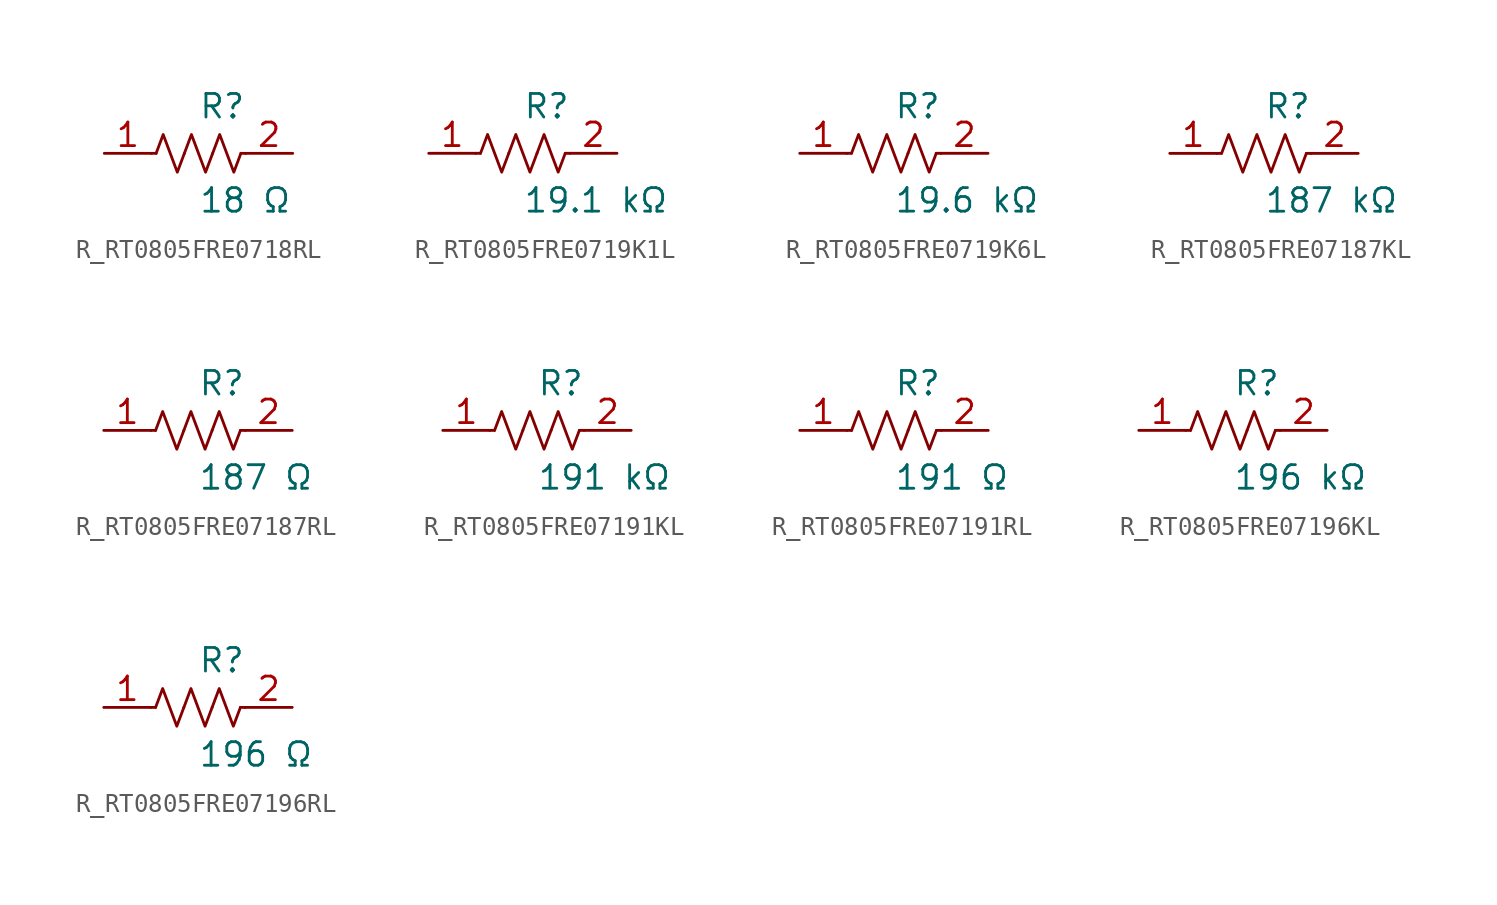
<source format=kicad_sym>
(kicad_symbol_lib
  (version 20231120)
  (generator kicad_symbol_editor)
  (generator_version 8.0)
  (symbol "R_RT0805FRE0718RL"
    (pin_names
      (offset 0.254))
    (property "Reference" "R"
      (at 0 2.54 0)
      (effects (font (size 1.27 1.27)) (justify left)))
    (property "Value" "18 Ω"
      (at 0 -2.54 0)
      (effects (font (size 1.27 1.27)) (justify left)))
    (symbol "R_RT0805FRE0718RL_0_1"
      (polyline (pts (xy 2.286 0) (xy 2.54 0)) (stroke (width 0) (type default)) (fill (type none)))
      (polyline (pts (xy -2.286 0) (xy -2.54 0)) (stroke (width 0) (type default)) (fill (type none)))
      (polyline (pts (xy 0.762 0) (xy 1.143 1.016) (xy 1.524 0) (xy 1.905 -1.016) (xy 2.286 0)) (stroke (width 0) (type default)) (fill (type none)))
      (polyline (pts (xy -0.762 0) (xy -0.381 1.016) (xy 0 0) (xy 0.381 -1.016) (xy 0.762 0)) (stroke (width 0) (type default)) (fill (type none)))
      (polyline (pts (xy -2.286 0) (xy -1.905 1.016) (xy -1.524 0) (xy -1.143 -1.016) (xy -0.762 0)) (stroke (width 0) (type default)) (fill (type none))))
    (pin passive line
      (at -5.08 0 0)
      (length 2.54)
      (name "" (effects (font (size 1.27 1.27))))
      (number "1" (effects (font (size 1.27 1.27)))))
    (pin passive line
      (at 5.08 0 180)
      (length 2.54)
      (name "" (effects (font (size 1.27 1.27))))
      (number "2" (effects (font (size 1.27 1.27))))))
  (symbol "R_RT0805FRE0719K1L"
    (pin_names
      (offset 0.254))
    (property "Reference" "R"
      (at 0 2.54 0)
      (effects (font (size 1.27 1.27)) (justify left)))
    (property "Value" "19.1 kΩ"
      (at 0 -2.54 0)
      (effects (font (size 1.27 1.27)) (justify left)))
    (symbol "R_RT0805FRE0719K1L_0_1"
      (polyline (pts (xy 2.286 0) (xy 2.54 0)) (stroke (width 0) (type default)) (fill (type none)))
      (polyline (pts (xy -2.286 0) (xy -2.54 0)) (stroke (width 0) (type default)) (fill (type none)))
      (polyline (pts (xy 0.762 0) (xy 1.143 1.016) (xy 1.524 0) (xy 1.905 -1.016) (xy 2.286 0)) (stroke (width 0) (type default)) (fill (type none)))
      (polyline (pts (xy -0.762 0) (xy -0.381 1.016) (xy 0 0) (xy 0.381 -1.016) (xy 0.762 0)) (stroke (width 0) (type default)) (fill (type none)))
      (polyline (pts (xy -2.286 0) (xy -1.905 1.016) (xy -1.524 0) (xy -1.143 -1.016) (xy -0.762 0)) (stroke (width 0) (type default)) (fill (type none))))
    (pin passive line
      (at -5.08 0 0)
      (length 2.54)
      (name "" (effects (font (size 1.27 1.27))))
      (number "1" (effects (font (size 1.27 1.27)))))
    (pin passive line
      (at 5.08 0 180)
      (length 2.54)
      (name "" (effects (font (size 1.27 1.27))))
      (number "2" (effects (font (size 1.27 1.27))))))
  (symbol "R_RT0805FRE0719K6L"
    (pin_names
      (offset 0.254))
    (property "Reference" "R"
      (at 0 2.54 0)
      (effects (font (size 1.27 1.27)) (justify left)))
    (property "Value" "19.6 kΩ"
      (at 0 -2.54 0)
      (effects (font (size 1.27 1.27)) (justify left)))
    (symbol "R_RT0805FRE0719K6L_0_1"
      (polyline (pts (xy 2.286 0) (xy 2.54 0)) (stroke (width 0) (type default)) (fill (type none)))
      (polyline (pts (xy -2.286 0) (xy -2.54 0)) (stroke (width 0) (type default)) (fill (type none)))
      (polyline (pts (xy 0.762 0) (xy 1.143 1.016) (xy 1.524 0) (xy 1.905 -1.016) (xy 2.286 0)) (stroke (width 0) (type default)) (fill (type none)))
      (polyline (pts (xy -0.762 0) (xy -0.381 1.016) (xy 0 0) (xy 0.381 -1.016) (xy 0.762 0)) (stroke (width 0) (type default)) (fill (type none)))
      (polyline (pts (xy -2.286 0) (xy -1.905 1.016) (xy -1.524 0) (xy -1.143 -1.016) (xy -0.762 0)) (stroke (width 0) (type default)) (fill (type none))))
    (pin passive line
      (at -5.08 0 0)
      (length 2.54)
      (name "" (effects (font (size 1.27 1.27))))
      (number "1" (effects (font (size 1.27 1.27)))))
    (pin passive line
      (at 5.08 0 180)
      (length 2.54)
      (name "" (effects (font (size 1.27 1.27))))
      (number "2" (effects (font (size 1.27 1.27))))))
  (symbol "R_RT0805FRE07187KL"
    (pin_names
      (offset 0.254))
    (property "Reference" "R"
      (at 0 2.54 0)
      (effects (font (size 1.27 1.27)) (justify left)))
    (property "Value" "187 kΩ"
      (at 0 -2.54 0)
      (effects (font (size 1.27 1.27)) (justify left)))
    (symbol "R_RT0805FRE07187KL_0_1"
      (polyline (pts (xy 2.286 0) (xy 2.54 0)) (stroke (width 0) (type default)) (fill (type none)))
      (polyline (pts (xy -2.286 0) (xy -2.54 0)) (stroke (width 0) (type default)) (fill (type none)))
      (polyline (pts (xy 0.762 0) (xy 1.143 1.016) (xy 1.524 0) (xy 1.905 -1.016) (xy 2.286 0)) (stroke (width 0) (type default)) (fill (type none)))
      (polyline (pts (xy -0.762 0) (xy -0.381 1.016) (xy 0 0) (xy 0.381 -1.016) (xy 0.762 0)) (stroke (width 0) (type default)) (fill (type none)))
      (polyline (pts (xy -2.286 0) (xy -1.905 1.016) (xy -1.524 0) (xy -1.143 -1.016) (xy -0.762 0)) (stroke (width 0) (type default)) (fill (type none))))
    (pin passive line
      (at -5.08 0 0)
      (length 2.54)
      (name "" (effects (font (size 1.27 1.27))))
      (number "1" (effects (font (size 1.27 1.27)))))
    (pin passive line
      (at 5.08 0 180)
      (length 2.54)
      (name "" (effects (font (size 1.27 1.27))))
      (number "2" (effects (font (size 1.27 1.27))))))
  (symbol "R_RT0805FRE07187RL"
    (pin_names
      (offset 0.254))
    (property "Reference" "R"
      (at 0 2.54 0)
      (effects (font (size 1.27 1.27)) (justify left)))
    (property "Value" "187 Ω"
      (at 0 -2.54 0)
      (effects (font (size 1.27 1.27)) (justify left)))
    (symbol "R_RT0805FRE07187RL_0_1"
      (polyline (pts (xy 2.286 0) (xy 2.54 0)) (stroke (width 0) (type default)) (fill (type none)))
      (polyline (pts (xy -2.286 0) (xy -2.54 0)) (stroke (width 0) (type default)) (fill (type none)))
      (polyline (pts (xy 0.762 0) (xy 1.143 1.016) (xy 1.524 0) (xy 1.905 -1.016) (xy 2.286 0)) (stroke (width 0) (type default)) (fill (type none)))
      (polyline (pts (xy -0.762 0) (xy -0.381 1.016) (xy 0 0) (xy 0.381 -1.016) (xy 0.762 0)) (stroke (width 0) (type default)) (fill (type none)))
      (polyline (pts (xy -2.286 0) (xy -1.905 1.016) (xy -1.524 0) (xy -1.143 -1.016) (xy -0.762 0)) (stroke (width 0) (type default)) (fill (type none))))
    (pin passive line
      (at -5.08 0 0)
      (length 2.54)
      (name "" (effects (font (size 1.27 1.27))))
      (number "1" (effects (font (size 1.27 1.27)))))
    (pin passive line
      (at 5.08 0 180)
      (length 2.54)
      (name "" (effects (font (size 1.27 1.27))))
      (number "2" (effects (font (size 1.27 1.27))))))
  (symbol "R_RT0805FRE07191KL"
    (pin_names
      (offset 0.254))
    (property "Reference" "R"
      (at 0 2.54 0)
      (effects (font (size 1.27 1.27)) (justify left)))
    (property "Value" "191 kΩ"
      (at 0 -2.54 0)
      (effects (font (size 1.27 1.27)) (justify left)))
    (symbol "R_RT0805FRE07191KL_0_1"
      (polyline (pts (xy 2.286 0) (xy 2.54 0)) (stroke (width 0) (type default)) (fill (type none)))
      (polyline (pts (xy -2.286 0) (xy -2.54 0)) (stroke (width 0) (type default)) (fill (type none)))
      (polyline (pts (xy 0.762 0) (xy 1.143 1.016) (xy 1.524 0) (xy 1.905 -1.016) (xy 2.286 0)) (stroke (width 0) (type default)) (fill (type none)))
      (polyline (pts (xy -0.762 0) (xy -0.381 1.016) (xy 0 0) (xy 0.381 -1.016) (xy 0.762 0)) (stroke (width 0) (type default)) (fill (type none)))
      (polyline (pts (xy -2.286 0) (xy -1.905 1.016) (xy -1.524 0) (xy -1.143 -1.016) (xy -0.762 0)) (stroke (width 0) (type default)) (fill (type none))))
    (pin passive line
      (at -5.08 0 0)
      (length 2.54)
      (name "" (effects (font (size 1.27 1.27))))
      (number "1" (effects (font (size 1.27 1.27)))))
    (pin passive line
      (at 5.08 0 180)
      (length 2.54)
      (name "" (effects (font (size 1.27 1.27))))
      (number "2" (effects (font (size 1.27 1.27))))))
  (symbol "R_RT0805FRE07191RL"
    (pin_names
      (offset 0.254))
    (property "Reference" "R"
      (at 0 2.54 0)
      (effects (font (size 1.27 1.27)) (justify left)))
    (property "Value" "191 Ω"
      (at 0 -2.54 0)
      (effects (font (size 1.27 1.27)) (justify left)))
    (symbol "R_RT0805FRE07191RL_0_1"
      (polyline (pts (xy 2.286 0) (xy 2.54 0)) (stroke (width 0) (type default)) (fill (type none)))
      (polyline (pts (xy -2.286 0) (xy -2.54 0)) (stroke (width 0) (type default)) (fill (type none)))
      (polyline (pts (xy 0.762 0) (xy 1.143 1.016) (xy 1.524 0) (xy 1.905 -1.016) (xy 2.286 0)) (stroke (width 0) (type default)) (fill (type none)))
      (polyline (pts (xy -0.762 0) (xy -0.381 1.016) (xy 0 0) (xy 0.381 -1.016) (xy 0.762 0)) (stroke (width 0) (type default)) (fill (type none)))
      (polyline (pts (xy -2.286 0) (xy -1.905 1.016) (xy -1.524 0) (xy -1.143 -1.016) (xy -0.762 0)) (stroke (width 0) (type default)) (fill (type none))))
    (pin passive line
      (at -5.08 0 0)
      (length 2.54)
      (name "" (effects (font (size 1.27 1.27))))
      (number "1" (effects (font (size 1.27 1.27)))))
    (pin passive line
      (at 5.08 0 180)
      (length 2.54)
      (name "" (effects (font (size 1.27 1.27))))
      (number "2" (effects (font (size 1.27 1.27))))))
  (symbol "R_RT0805FRE07196KL"
    (pin_names
      (offset 0.254))
    (property "Reference" "R"
      (at 0 2.54 0)
      (effects (font (size 1.27 1.27)) (justify left)))
    (property "Value" "196 kΩ"
      (at 0 -2.54 0)
      (effects (font (size 1.27 1.27)) (justify left)))
    (symbol "R_RT0805FRE07196KL_0_1"
      (polyline (pts (xy 2.286 0) (xy 2.54 0)) (stroke (width 0) (type default)) (fill (type none)))
      (polyline (pts (xy -2.286 0) (xy -2.54 0)) (stroke (width 0) (type default)) (fill (type none)))
      (polyline (pts (xy 0.762 0) (xy 1.143 1.016) (xy 1.524 0) (xy 1.905 -1.016) (xy 2.286 0)) (stroke (width 0) (type default)) (fill (type none)))
      (polyline (pts (xy -0.762 0) (xy -0.381 1.016) (xy 0 0) (xy 0.381 -1.016) (xy 0.762 0)) (stroke (width 0) (type default)) (fill (type none)))
      (polyline (pts (xy -2.286 0) (xy -1.905 1.016) (xy -1.524 0) (xy -1.143 -1.016) (xy -0.762 0)) (stroke (width 0) (type default)) (fill (type none))))
    (pin passive line
      (at -5.08 0 0)
      (length 2.54)
      (name "" (effects (font (size 1.27 1.27))))
      (number "1" (effects (font (size 1.27 1.27)))))
    (pin passive line
      (at 5.08 0 180)
      (length 2.54)
      (name "" (effects (font (size 1.27 1.27))))
      (number "2" (effects (font (size 1.27 1.27))))))
  (symbol "R_RT0805FRE07196RL"
    (pin_names
      (offset 0.254))
    (property "Reference" "R"
      (at 0 2.54 0)
      (effects (font (size 1.27 1.27)) (justify left)))
    (property "Value" "196 Ω"
      (at 0 -2.54 0)
      (effects (font (size 1.27 1.27)) (justify left)))
    (symbol "R_RT0805FRE07196RL_0_1"
      (polyline (pts (xy 2.286 0) (xy 2.54 0)) (stroke (width 0) (type default)) (fill (type none)))
      (polyline (pts (xy -2.286 0) (xy -2.54 0)) (stroke (width 0) (type default)) (fill (type none)))
      (polyline (pts (xy 0.762 0) (xy 1.143 1.016) (xy 1.524 0) (xy 1.905 -1.016) (xy 2.286 0)) (stroke (width 0) (type default)) (fill (type none)))
      (polyline (pts (xy -0.762 0) (xy -0.381 1.016) (xy 0 0) (xy 0.381 -1.016) (xy 0.762 0)) (stroke (width 0) (type default)) (fill (type none)))
      (polyline (pts (xy -2.286 0) (xy -1.905 1.016) (xy -1.524 0) (xy -1.143 -1.016) (xy -0.762 0)) (stroke (width 0) (type default)) (fill (type none))))
    (pin passive line
      (at -5.08 0 0)
      (length 2.54)
      (name "" (effects (font (size 1.27 1.27))))
      (number "1" (effects (font (size 1.27 1.27)))))
    (pin passive line
      (at 5.08 0 180)
      (length 2.54)
      (name "" (effects (font (size 1.27 1.27))))
      (number "2" (effects (font (size 1.27 1.27)))))))
</source>
